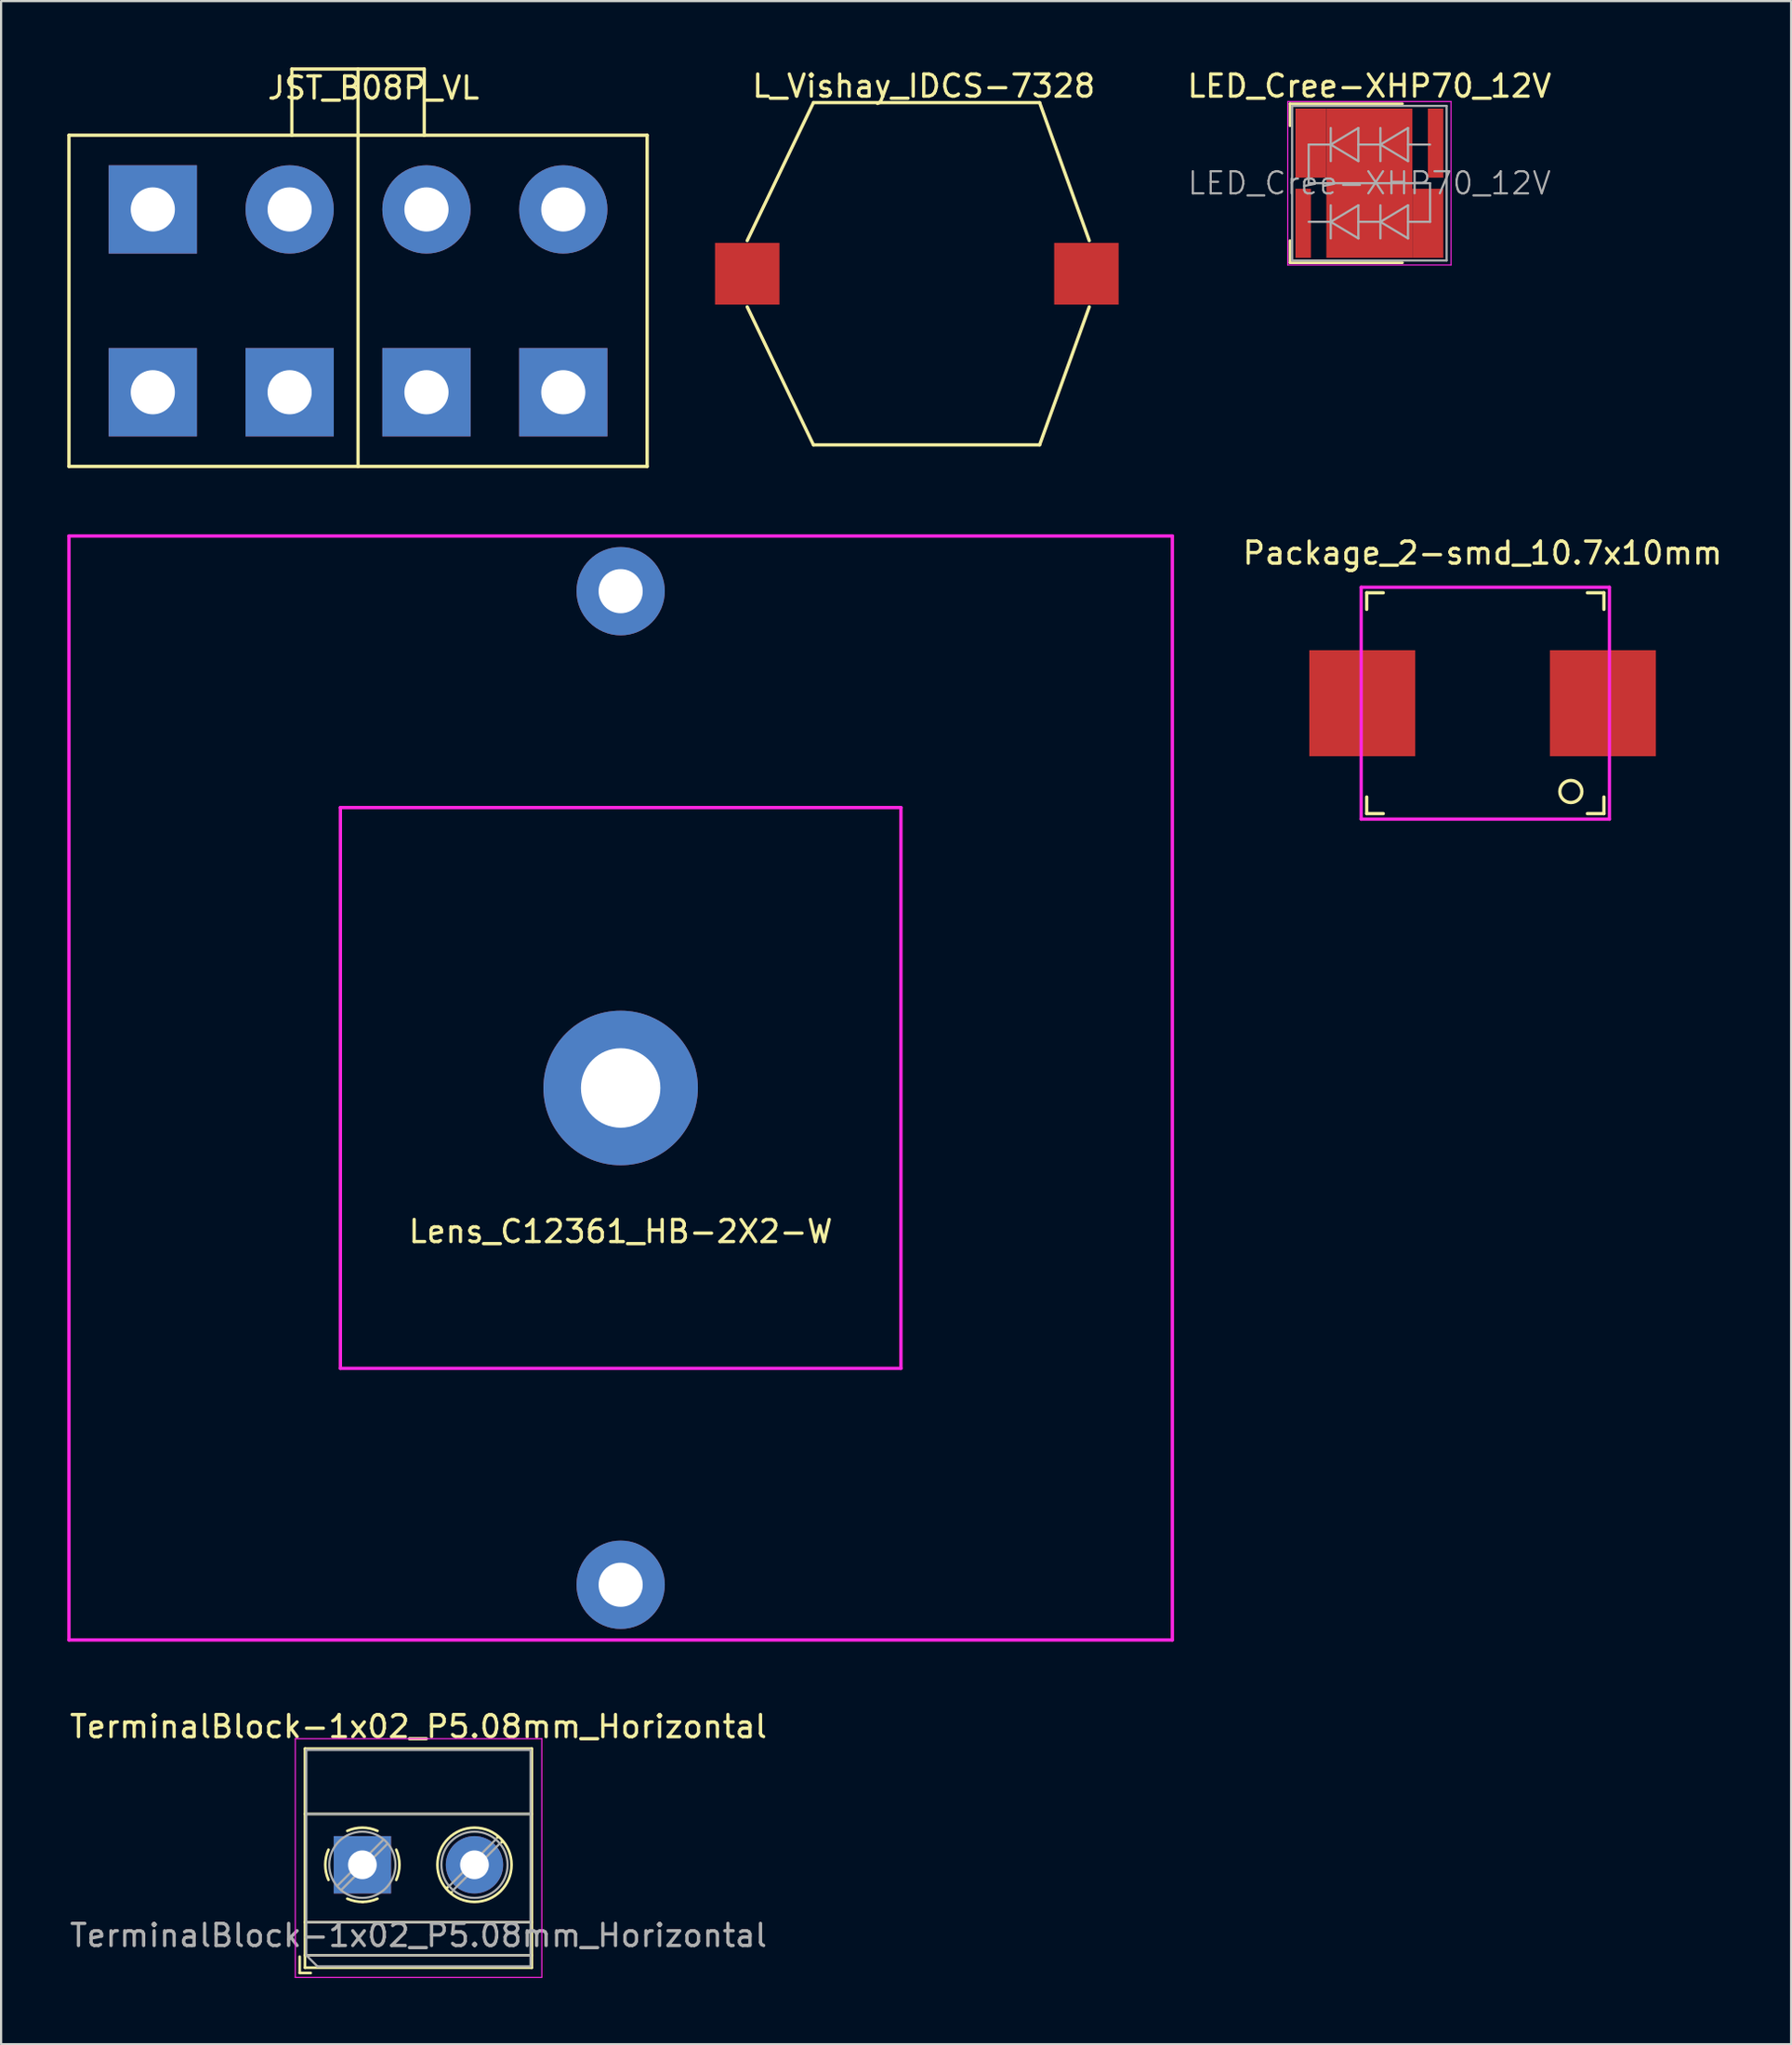
<source format=kicad_pcb>
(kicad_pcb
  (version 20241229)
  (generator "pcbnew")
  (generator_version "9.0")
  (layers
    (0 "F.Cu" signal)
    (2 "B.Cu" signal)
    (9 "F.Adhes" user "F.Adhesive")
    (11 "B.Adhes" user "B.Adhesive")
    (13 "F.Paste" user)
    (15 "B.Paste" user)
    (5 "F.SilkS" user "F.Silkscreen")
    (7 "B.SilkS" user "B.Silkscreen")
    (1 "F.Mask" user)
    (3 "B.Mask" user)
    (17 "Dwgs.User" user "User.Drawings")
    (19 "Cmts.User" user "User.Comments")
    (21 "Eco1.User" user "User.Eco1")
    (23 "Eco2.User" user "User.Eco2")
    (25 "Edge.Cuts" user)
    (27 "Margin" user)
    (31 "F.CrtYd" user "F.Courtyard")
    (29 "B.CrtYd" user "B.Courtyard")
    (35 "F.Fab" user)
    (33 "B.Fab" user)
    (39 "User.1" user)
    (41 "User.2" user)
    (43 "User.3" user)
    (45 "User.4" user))
  (footprint "L_Vishay_IDCS-7328"
    (layer "F.Cu")
    (at 30.81 9.348)
    (property "Reference" "L_Vishay_IDCS-7328" (at 8 -8.5 0) (layer "F.SilkS") (effects (font (size 1 1) (thickness 0.15))))
    (attr through_hole)
    (fp_line (start 0 1.5) (end 3 7.75) (stroke (width 0.15) (type solid)) (layer "F.SilkS"))
    (fp_line (start 3 -7.75) (end 0 -1.5) (stroke (width 0.15) (type solid)) (layer "F.SilkS"))
    (fp_line (start 3 -7.75) (end 13.25 -7.75) (stroke (width 0.15) (type solid)) (layer "F.SilkS"))
    (fp_line (start 3 7.75) (end 13.25 7.75) (stroke (width 0.15) (type solid)) (layer "F.SilkS"))
    (fp_line (start 13.25 7.75) (end 15.5 1.5) (stroke (width 0.15) (type solid)) (layer "F.SilkS"))
    (fp_line (start 15.5 -1.5) (end 13.25 -7.75) (stroke (width 0.15) (type solid)) (layer "F.SilkS"))
    (pad "1" smd rect (at 0 0) (size 2.92 2.79) (layers "F.Cu" "F.Mask" "F.Paste"))
    (pad "2" smd rect (at 15.37 0) (size 2.92 2.79) (layers "F.Cu" "F.Mask" "F.Paste")))
  (footprint "Lens_C12361_HB-2X2-W"
    (layer "F.Cu")
    (at 25.075 46.225)
    (property "Reference" "Lens_C12361_HB-2X2-W" (at 0 6.5 0) (layer "F.SilkS") (effects (font (size 1 1) (thickness 0.15))))
    (attr exclude_from_pos_files exclude_from_bom)
    (fp_line (start -25 -25) (end 25 -25) (stroke (width 0.15) (type solid)) (layer "F.CrtYd"))
    (fp_line (start -25 25) (end -25 -25) (stroke (width 0.15) (type solid)) (layer "F.CrtYd"))
    (fp_line (start -12.7 -12.7) (end 12.7 -12.7) (stroke (width 0.15) (type solid)) (layer "F.CrtYd"))
    (fp_line (start -12.7 12.7) (end -12.7 -12.7) (stroke (width 0.15) (type solid)) (layer "F.CrtYd"))
    (fp_line (start 12.7 -12.7) (end 12.7 12.7) (stroke (width 0.15) (type solid)) (layer "F.CrtYd"))
    (fp_line (start 12.7 12.7) (end -12.7 12.7) (stroke (width 0.15) (type solid)) (layer "F.CrtYd"))
    (fp_line (start 25 -25) (end 25 25) (stroke (width 0.15) (type solid)) (layer "F.CrtYd"))
    (fp_line (start 25 25) (end -25 25) (stroke (width 0.15) (type solid)) (layer "F.CrtYd"))
    (pad "1" thru_hole circle (at 0 -22.5) (size 4 4) (drill 2) (layers "*.Cu" "*.Mask"))
    (pad "1" thru_hole circle (at 0 0) (size 7 7) (drill 3.6) (layers "*.Cu" "*.Mask"))
    (pad "1" thru_hole circle (at 0 22.5) (size 4 4) (drill 2) (layers "*.Cu" "*.Mask")))
  (footprint "JST_B08P_VL"
    (layer "F.Cu")
    (at 13.175 10.575)
    (property "Reference" "JST_B08P_VL" (at 0.7 -9.64 0) (layer "F.SilkS") (effects (font (size 1 1) (thickness 0.15))))
    (attr through_hole)
    (fp_line (start -13.1 7.5) (end -13.1 -7.5) (stroke (width 0.15) (type solid)) (layer "F.SilkS"))
    (fp_line (start -3 -10.5) (end -3 -7.5) (stroke (width 0.15) (type solid)) (layer "F.SilkS"))
    (fp_line (start -3 -7.5) (end -13.1 -7.5) (stroke (width 0.15) (type solid)) (layer "F.SilkS"))
    (fp_line (start -3 -7.5) (end 3 -7.5) (stroke (width 0.15) (type solid)) (layer "F.SilkS"))
    (fp_line (start 0 7.5) (end 0 -10.5) (stroke (width 0.15) (type solid)) (layer "F.SilkS"))
    (fp_line (start 3 -10.5) (end -3 -10.5) (stroke (width 0.15) (type solid)) (layer "F.SilkS"))
    (fp_line (start 3 -10.5) (end 3 -7.5) (stroke (width 0.15) (type solid)) (layer "F.SilkS"))
    (fp_line (start 13.1 -7.5) (end 3 -7.5) (stroke (width 0.15) (type solid)) (layer "F.SilkS"))
    (fp_line (start 13.1 7.5) (end -13.1 7.5) (stroke (width 0.15) (type solid)) (layer "F.SilkS"))
    (fp_line (start 13.1 7.5) (end 13.1 -7.5) (stroke (width 0.15) (type solid)) (layer "F.SilkS"))
    (pad "1" thru_hole rect (at -9.3 -4.14) (size 4 4) (drill 2) (layers "*.Cu" "*.Mask"))
    (pad "2" thru_hole circle (at -3.1 -4.14) (size 4 4) (drill 2) (layers "*.Cu" "*.Mask"))
    (pad "3" thru_hole circle (at 3.1 -4.14) (size 4 4) (drill 2) (layers "*.Cu" "*.Mask"))
    (pad "4" thru_hole circle (at 9.3 -4.14) (size 4 4) (drill 2) (layers "*.Cu" "*.Mask"))
    (pad "5" thru_hole rect (at -9.3 4.14) (size 4 4) (drill 2) (layers "*.Cu" "*.Mask"))
    (pad "6" thru_hole rect (at -3.1 4.14) (size 4 4) (drill 2) (layers "*.Cu" "*.Mask"))
    (pad "7" thru_hole rect (at 3.1 4.14) (size 4 4) (drill 2) (layers "*.Cu" "*.Mask"))
    (pad "8" thru_hole rect (at 9.3 4.14) (size 4 4) (drill 2) (layers "*.Cu" "*.Mask")))
  (footprint "LED_Cree-XHP70_12V"
    (layer "F.Cu")
    (at 59.003 5.248)
    (property "Reference" "LED_Cree-XHP70_12V" (at 0 -4.4 0) (layer "F.SilkS") (effects (font (size 1 1) (thickness 0.15))))
    (attr smd)
    (fp_line (start -3.6 -3.6) (end -3.6 -2.6) (stroke (width 0.12) (type solid)) (layer "F.SilkS"))
    (fp_line (start -3.6 3.6) (end -3.6 2.6) (stroke (width 0.12) (type solid)) (layer "F.SilkS"))
    (fp_line (start 1.5 -3.6) (end -3.6 -3.6) (stroke (width 0.12) (type solid)) (layer "F.SilkS"))
    (fp_line (start 1.5 3.6) (end -3.6 3.6) (stroke (width 0.12) (type solid)) (layer "F.SilkS"))
    (fp_line (start -3.7 -3.7) (end -3.7 3.7) (stroke (width 0.05) (type solid)) (layer "F.CrtYd"))
    (fp_line (start -3.7 3.7) (end 3.7 3.7) (stroke (width 0.05) (type solid)) (layer "F.CrtYd"))
    (fp_line (start 3.7 -3.7) (end -3.7 -3.7) (stroke (width 0.05) (type solid)) (layer "F.CrtYd"))
    (fp_line (start 3.7 3.7) (end 3.7 -3.7) (stroke (width 0.05) (type solid)) (layer "F.CrtYd"))
    (fp_line (start -3.5 -3.5) (end -3.5 3.5) (stroke (width 0.1) (type solid)) (layer "F.Fab"))
    (fp_line (start -3.5 3.5) (end 3.5 3.5) (stroke (width 0.1) (type solid)) (layer "F.Fab"))
    (fp_line (start -2.75 -1.75) (end -2.75 0) (stroke (width 0.1) (type solid)) (layer "F.Fab"))
    (fp_line (start -2.75 -1.75) (end -1.75 -1.75) (stroke (width 0.1) (type solid)) (layer "F.Fab"))
    (fp_line (start -2.75 0) (end 2.75 0) (stroke (width 0.1) (type solid)) (layer "F.Fab"))
    (fp_line (start -2.75 1.75) (end -1.75 1.75) (stroke (width 0.1) (type solid)) (layer "F.Fab"))
    (fp_line (start -1.75 -1.75) (end -1.75 -2.5) (stroke (width 0.1) (type solid)) (layer "F.Fab"))
    (fp_line (start -1.75 -1.75) (end -1.75 -1) (stroke (width 0.1) (type solid)) (layer "F.Fab"))
    (fp_line (start -1.75 -1.75) (end -0.5 -1) (stroke (width 0.1) (type solid)) (layer "F.Fab"))
    (fp_line (start -1.75 1.75) (end -1.75 1) (stroke (width 0.1) (type solid)) (layer "F.Fab"))
    (fp_line (start -1.75 1.75) (end -1.75 2.5) (stroke (width 0.1) (type solid)) (layer "F.Fab"))
    (fp_line (start -1.75 1.75) (end -0.5 2.5) (stroke (width 0.1) (type solid)) (layer "F.Fab"))
    (fp_line (start -0.5 -2.5) (end -1.75 -1.75) (stroke (width 0.1) (type solid)) (layer "F.Fab"))
    (fp_line (start -0.5 -1.75) (end 0.5 -1.75) (stroke (width 0.1) (type solid)) (layer "F.Fab"))
    (fp_line (start -0.5 -1) (end -0.5 -2.5) (stroke (width 0.1) (type solid)) (layer "F.Fab"))
    (fp_line (start -0.5 1) (end -1.75 1.75) (stroke (width 0.1) (type solid)) (layer "F.Fab"))
    (fp_line (start -0.5 1.75) (end 0.5 1.75) (stroke (width 0.1) (type solid)) (layer "F.Fab"))
    (fp_line (start -0.5 2.5) (end -0.5 1) (stroke (width 0.1) (type solid)) (layer "F.Fab"))
    (fp_line (start 0.5 -2.5) (end 0.5 -1) (stroke (width 0.1) (type solid)) (layer "F.Fab"))
    (fp_line (start 0.5 -1.75) (end 1.75 -2.5) (stroke (width 0.1) (type solid)) (layer "F.Fab"))
    (fp_line (start 0.5 1) (end 0.5 2.5) (stroke (width 0.1) (type solid)) (layer "F.Fab"))
    (fp_line (start 0.5 1.75) (end 1.75 1) (stroke (width 0.1) (type solid)) (layer "F.Fab"))
    (fp_line (start 1.75 -1.75) (end 1.75 -2.5) (stroke (width 0.1) (type solid)) (layer "F.Fab"))
    (fp_line (start 1.75 -1.75) (end 1.75 -1) (stroke (width 0.1) (type solid)) (layer "F.Fab"))
    (fp_line (start 1.75 -1) (end 0.5 -1.75) (stroke (width 0.1) (type solid)) (layer "F.Fab"))
    (fp_line (start 1.75 1.75) (end 1.75 1) (stroke (width 0.1) (type solid)) (layer "F.Fab"))
    (fp_line (start 1.75 1.75) (end 1.75 2.5) (stroke (width 0.1) (type solid)) (layer "F.Fab"))
    (fp_line (start 1.75 2.5) (end 0.5 1.75) (stroke (width 0.1) (type solid)) (layer "F.Fab"))
    (fp_line (start 2.75 -1.75) (end 1.75 -1.75) (stroke (width 0.1) (type solid)) (layer "F.Fab"))
    (fp_line (start 2.75 0) (end 2.75 1.75) (stroke (width 0.1) (type solid)) (layer "F.Fab"))
    (fp_line (start 2.75 1.75) (end 1.75 1.75) (stroke (width 0.1) (type solid)) (layer "F.Fab"))
    (fp_line (start 3.5 -3.5) (end -3.5 -3.5) (stroke (width 0.1) (type solid)) (layer "F.Fab"))
    (fp_line (start 3.5 3.5) (end 3.5 -3.5) (stroke (width 0.1) (type solid)) (layer "F.Fab"))
    (fp_text user "${REFERENCE}" (at 0 0 0) (layer "F.Fab") (effects (font (size 1 1) (thickness 0.1))))
    (pad "" smd rect (at -3 -1.815) (size 0.7 3.13) (layers "F.Paste"))
    (pad "" smd rect (at -0.77 -2.31) (size 1.29 1.29) (layers "F.Paste"))
    (pad "" smd rect (at -0.77 -0.77) (size 1.29 1.29) (layers "F.Paste"))
    (pad "" smd rect (at -0.77 0.77) (size 1.29 1.29) (layers "F.Paste"))
    (pad "" smd rect (at -0.77 2.31) (size 1.29 1.29) (layers "F.Paste"))
    (pad "" smd rect (at 0.77 -2.31) (size 1.29 1.29) (layers "F.Paste"))
    (pad "" smd rect (at 0.77 -0.77) (size 1.29 1.29) (layers "F.Paste"))
    (pad "" smd rect (at 0.77 0.77) (size 1.29 1.29) (layers "F.Paste"))
    (pad "" smd rect (at 0.77 2.31) (size 1.29 1.29) (layers "F.Paste"))
    (pad "" smd rect (at 3 1.815) (size 0.7 3.13) (layers "F.Paste"))
    (pad "1" smd rect (at -3 1.815) (size 0.7 3.13) (layers "F.Cu" "F.Mask" "F.Paste"))
    (pad "2" smd rect (at 3 -1.815) (size 0.7 3.13) (layers "F.Cu" "F.Mask" "F.Paste"))
    (pad "3" smd rect (at -2.65 -1.815) (size 1.4 3.13) (layers "F.Cu" "F.Mask"))
    (pad "3" smd rect (at 0 0) (size 3.9 6.76) (layers "F.Cu" "F.Mask"))
    (pad "3" smd rect (at 2.65 1.815) (size 1.4 3.13) (layers "F.Cu" "F.Mask")))
  (footprint "TerminalBlock-1x02_P5.08mm_Horizontal"
    (layer "F.Cu")
    (at 13.371 81.408)
    (property "Reference" "TerminalBlock-1x02_P5.08mm_Horizontal" (at 2.54 -6.26 0) (layer "F.SilkS") (effects (font (size 1 1) (thickness 0.15))))
    (attr through_hole)
    (fp_line (start -2.84 4.16) (end -2.84 4.9) (stroke (width 0.12) (type solid)) (layer "F.SilkS"))
    (fp_line (start -2.84 4.9) (end -2.34 4.9) (stroke (width 0.12) (type solid)) (layer "F.SilkS"))
    (fp_line (start -2.6 -5.261) (end -2.6 4.66) (stroke (width 0.12) (type solid)) (layer "F.SilkS"))
    (fp_line (start -2.6 -5.261) (end 7.68 -5.261) (stroke (width 0.12) (type solid)) (layer "F.SilkS"))
    (fp_line (start -2.6 -2.301) (end 7.68 -2.301) (stroke (width 0.12) (type solid)) (layer "F.SilkS"))
    (fp_line (start -2.6 2.6) (end 7.68 2.6) (stroke (width 0.12) (type solid)) (layer "F.SilkS"))
    (fp_line (start -2.6 4.1) (end 7.68 4.1) (stroke (width 0.12) (type solid)) (layer "F.SilkS"))
    (fp_line (start -2.6 4.66) (end 7.68 4.66) (stroke (width 0.12) (type solid)) (layer "F.SilkS"))
    (fp_line (start 3.853 1.023) (end 3.806 1.069) (stroke (width 0.12) (type solid)) (layer "F.SilkS"))
    (fp_line (start 4.046 1.239) (end 4.011 1.274) (stroke (width 0.12) (type solid)) (layer "F.SilkS"))
    (fp_line (start 6.15 -1.275) (end 6.115 -1.239) (stroke (width 0.12) (type solid)) (layer "F.SilkS"))
    (fp_line (start 6.355 -1.069) (end 6.308 -1.023) (stroke (width 0.12) (type solid)) (layer "F.SilkS"))
    (fp_line (start 7.68 -5.261) (end 7.68 4.66) (stroke (width 0.12) (type solid)) (layer "F.SilkS"))
    (fp_arc (start -1.535427 0.683042) (mid -1.680501 -0.000524) (end -1.535 -0.684) (stroke (width 0.12) (type solid)) (layer "F.SilkS"))
    (fp_arc (start -0.683042 -1.535427) (mid 0.000524 -1.680501) (end 0.684 -1.535) (stroke (width 0.12) (type solid)) (layer "F.SilkS"))
    (fp_arc (start 0.028805 1.680253) (mid -0.335551 1.646659) (end -0.684 1.535) (stroke (width 0.12) (type solid)) (layer "F.SilkS"))
    (fp_arc (start 0.683318 1.534756) (mid 0.349292 1.643288) (end 0 1.68) (stroke (width 0.12) (type solid)) (layer "F.SilkS"))
    (fp_arc (start 1.535427 -0.683042) (mid 1.680501 0.000524) (end 1.535 0.684) (stroke (width 0.12) (type solid)) (layer "F.SilkS"))
    (fp_circle (center 5.08 0) (end 6.76 0) (stroke (width 0.12) (type solid)) (fill no) (layer "F.SilkS"))
    (fp_line (start -3.04 -5.71) (end -3.04 5.1) (stroke (width 0.05) (type solid)) (layer "F.CrtYd"))
    (fp_line (start -3.04 5.1) (end 8.13 5.1) (stroke (width 0.05) (type solid)) (layer "F.CrtYd"))
    (fp_line (start 8.13 -5.71) (end -3.04 -5.71) (stroke (width 0.05) (type solid)) (layer "F.CrtYd"))
    (fp_line (start 8.13 5.1) (end 8.13 -5.71) (stroke (width 0.05) (type solid)) (layer "F.CrtYd"))
    (fp_line (start -2.54 -5.2) (end 7.62 -5.2) (stroke (width 0.1) (type solid)) (layer "F.Fab"))
    (fp_line (start -2.54 -2.3) (end 7.62 -2.3) (stroke (width 0.1) (type solid)) (layer "F.Fab"))
    (fp_line (start -2.54 2.6) (end 7.62 2.6) (stroke (width 0.1) (type solid)) (layer "F.Fab"))
    (fp_line (start -2.54 4.1) (end -2.54 -5.2) (stroke (width 0.1) (type solid)) (layer "F.Fab"))
    (fp_line (start -2.54 4.1) (end 7.62 4.1) (stroke (width 0.1) (type solid)) (layer "F.Fab"))
    (fp_line (start -2.04 4.6) (end -2.54 4.1) (stroke (width 0.1) (type solid)) (layer "F.Fab"))
    (fp_line (start 0.955 -1.138) (end -1.138 0.955) (stroke (width 0.1) (type solid)) (layer "F.Fab"))
    (fp_line (start 1.138 -0.955) (end -0.955 1.138) (stroke (width 0.1) (type solid)) (layer "F.Fab"))
    (fp_line (start 6.035 -1.138) (end 3.943 0.955) (stroke (width 0.1) (type solid)) (layer "F.Fab"))
    (fp_line (start 6.218 -0.955) (end 4.126 1.138) (stroke (width 0.1) (type solid)) (layer "F.Fab"))
    (fp_line (start 7.62 -5.2) (end 7.62 4.6) (stroke (width 0.1) (type solid)) (layer "F.Fab"))
    (fp_line (start 7.62 4.6) (end -2.04 4.6) (stroke (width 0.1) (type solid)) (layer "F.Fab"))
    (fp_circle (center 0 0) (end 1.5 0) (stroke (width 0.1) (type solid)) (fill no) (layer "F.Fab"))
    (fp_circle (center 5.08 0) (end 6.58 0) (stroke (width 0.1) (type solid)) (fill no) (layer "F.Fab"))
    (fp_text user "${REFERENCE}" (at 2.54 3.2 0) (layer "F.Fab") (effects (font (size 1 1) (thickness 0.15))))
    (pad "1" thru_hole rect (at 0 0) (size 2.6 2.6) (drill 1.3) (layers "*.Cu" "*.Mask"))
    (pad "2" thru_hole circle (at 5.08 0) (size 2.6 2.6) (drill 1.3) (layers "*.Cu" "*.Mask")))
  (footprint "Package_2-smd_10.7x10mm"
    (layer "F.Cu")
    (at 64.132 28.798)
    (property "Reference" "Package_2-smd_10.7x10mm" (at 0 -6.8 0) (layer "F.SilkS") (effects (font (size 1 1) (thickness 0.15))))
    (attr through_hole)
    (fp_line (start -5.25 -5) (end -5.25 -4.25) (stroke (width 0.15) (type solid)) (layer "F.SilkS"))
    (fp_line (start -5.25 4.25) (end -5.25 5) (stroke (width 0.15) (type solid)) (layer "F.SilkS"))
    (fp_line (start -5.25 5) (end -4.5 5) (stroke (width 0.15) (type solid)) (layer "F.SilkS"))
    (fp_line (start -4.5 -5) (end -5.25 -5) (stroke (width 0.15) (type solid)) (layer "F.SilkS"))
    (fp_line (start 4.75 -5) (end 5.5 -5) (stroke (width 0.15) (type solid)) (layer "F.SilkS"))
    (fp_line (start 5.5 -5) (end 5.5 -4.25) (stroke (width 0.15) (type solid)) (layer "F.SilkS"))
    (fp_line (start 5.5 4.25) (end 5.5 5) (stroke (width 0.15) (type solid)) (layer "F.SilkS"))
    (fp_line (start 5.5 5) (end 4.75 5) (stroke (width 0.15) (type solid)) (layer "F.SilkS"))
    (fp_circle (center 4 4) (end 4 3.5) (stroke (width 0.15) (type solid)) (fill no) (layer "F.SilkS"))
    (fp_line (start -5.5 -5.25) (end -5.5 5.25) (stroke (width 0.15) (type solid)) (layer "F.CrtYd"))
    (fp_line (start -5.5 -5.25) (end 5.75 -5.25) (stroke (width 0.15) (type solid)) (layer "F.CrtYd"))
    (fp_line (start -5.5 5.25) (end 5.75 5.25) (stroke (width 0.15) (type solid)) (layer "F.CrtYd"))
    (fp_line (start 5.75 -5.25) (end 5.75 5.25) (stroke (width 0.15) (type solid)) (layer "F.CrtYd"))
    (pad "1" smd rect (at -5.45 0) (size 4.8 4.8) (layers "F.Cu" "F.Mask" "F.Paste"))
    (pad "2" smd rect (at 5.45 0) (size 4.8 4.8) (layers "F.Cu" "F.Mask" "F.Paste")))
  (gr_rect
    (start -3 -3)
    (end 78.114 89.533)
    (stroke (width 0.1) (type default))
    (fill no)
    (layer "Edge.Cuts")))
</source>
